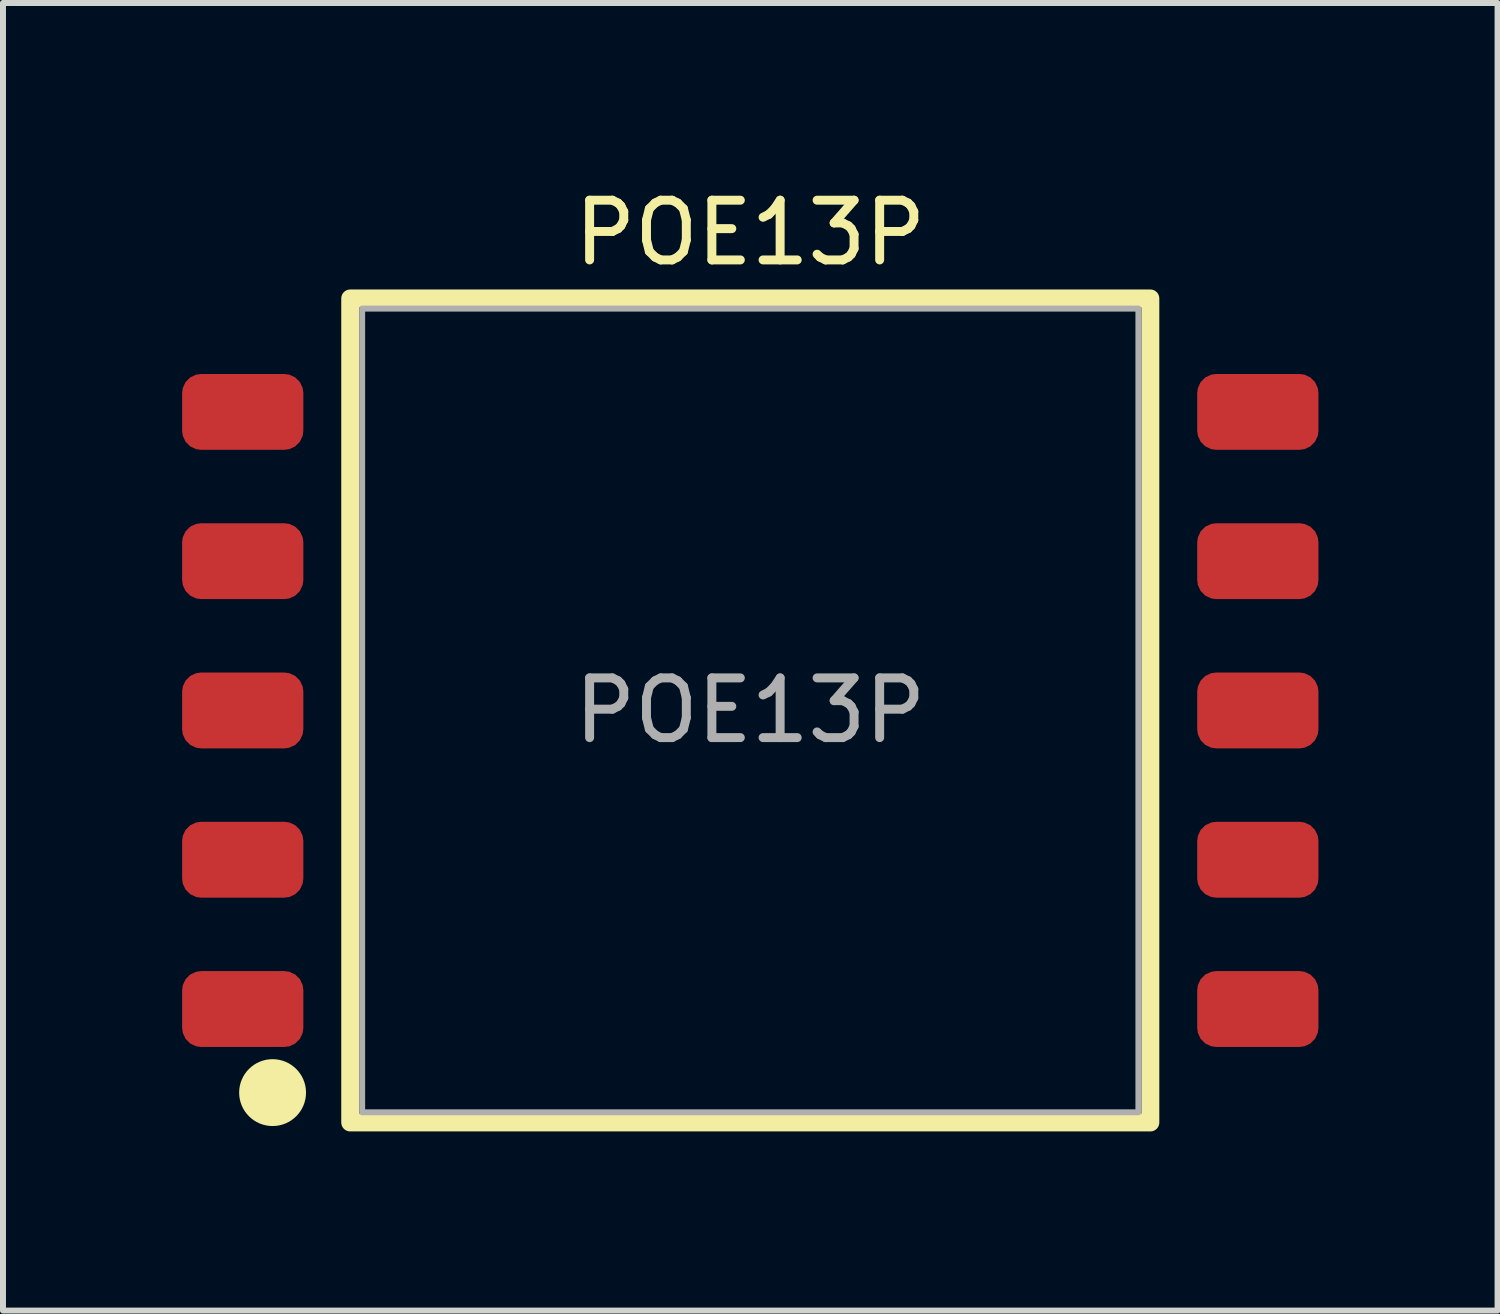
<source format=kicad_pcb>
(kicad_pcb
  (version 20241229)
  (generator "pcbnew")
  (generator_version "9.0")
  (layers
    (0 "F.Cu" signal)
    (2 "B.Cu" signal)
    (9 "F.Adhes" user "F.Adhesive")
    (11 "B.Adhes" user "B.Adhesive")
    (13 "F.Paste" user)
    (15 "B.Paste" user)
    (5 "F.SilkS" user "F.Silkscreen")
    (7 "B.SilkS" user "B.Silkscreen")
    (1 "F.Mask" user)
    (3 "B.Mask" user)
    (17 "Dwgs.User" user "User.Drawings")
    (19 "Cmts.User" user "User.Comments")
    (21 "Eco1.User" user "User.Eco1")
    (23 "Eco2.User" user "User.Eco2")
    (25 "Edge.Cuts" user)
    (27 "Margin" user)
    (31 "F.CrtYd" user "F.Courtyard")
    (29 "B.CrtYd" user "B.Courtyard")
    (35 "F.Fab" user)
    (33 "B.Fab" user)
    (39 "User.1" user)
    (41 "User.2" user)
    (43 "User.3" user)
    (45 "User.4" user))
  (footprint "POE13P"
    (layer "F.Cu")
    (at 9.515 8.848)
    (property "Reference" "POE13P" (at 0 -8 0) (unlocked yes) (layer "F.SilkS") (effects (font (size 1 1) (thickness 0.15))))
    (attr smd)
    (fp_rect (start -6.7 -6.9) (end 6.7 6.9) (stroke (width 0.3) (type solid)) (fill no) (layer "F.SilkS"))
    (fp_circle (center -8 6.4) (end -7.5 6.4) (stroke (width 0.12) (type solid)) (fill yes) (layer "F.SilkS"))
    (fp_rect (start -6.5 -6.73) (end 6.5 6.73) (stroke (width 0.1) (type solid)) (fill no) (layer "F.Fab"))
    (fp_text user "${REFERENCE}" (at 0 0 0) (unlocked yes) (layer "F.Fab") (effects (font (size 1 1) (thickness 0.15))))
    (pad "1" smd roundrect (at -8.5 5) (size 2.03 1.27) (layers "F.Cu" "F.Mask" "F.Paste") (roundrect_rratio 0.25))
    (pad "2" smd roundrect (at -8.5 2.5) (size 2.03 1.27) (layers "F.Cu" "F.Mask" "F.Paste") (roundrect_rratio 0.25))
    (pad "3" smd roundrect (at -8.5 0) (size 2.03 1.27) (layers "F.Cu" "F.Mask" "F.Paste") (roundrect_rratio 0.25))
    (pad "4" smd roundrect (at -8.5 -2.5) (size 2.03 1.27) (layers "F.Cu" "F.Mask" "F.Paste") (roundrect_rratio 0.25))
    (pad "5" smd roundrect (at -8.5 -5) (size 2.03 1.27) (layers "F.Cu" "F.Mask" "F.Paste") (roundrect_rratio 0.25))
    (pad "6" smd roundrect (at 8.5 5) (size 2.03 1.27) (layers "F.Cu" "F.Mask" "F.Paste") (roundrect_rratio 0.25))
    (pad "7" smd roundrect (at 8.5 2.5) (size 2.03 1.27) (layers "F.Cu" "F.Mask" "F.Paste") (roundrect_rratio 0.25))
    (pad "8" smd roundrect (at 8.5 0) (size 2.03 1.27) (layers "F.Cu" "F.Mask" "F.Paste") (roundrect_rratio 0.25))
    (pad "9" smd roundrect (at 8.5 -2.5) (size 2.03 1.27) (layers "F.Cu" "F.Mask" "F.Paste") (roundrect_rratio 0.25))
    (pad "10" smd roundrect (at 8.5 -5) (size 2.03 1.27) (layers "F.Cu" "F.Mask" "F.Paste") (roundrect_rratio 0.25)))
  (gr_rect
    (start -3 -3)
    (end 22.03 18.898)
    (stroke (width 0.1) (type default))
    (fill no)
    (layer "Edge.Cuts")))
</source>
